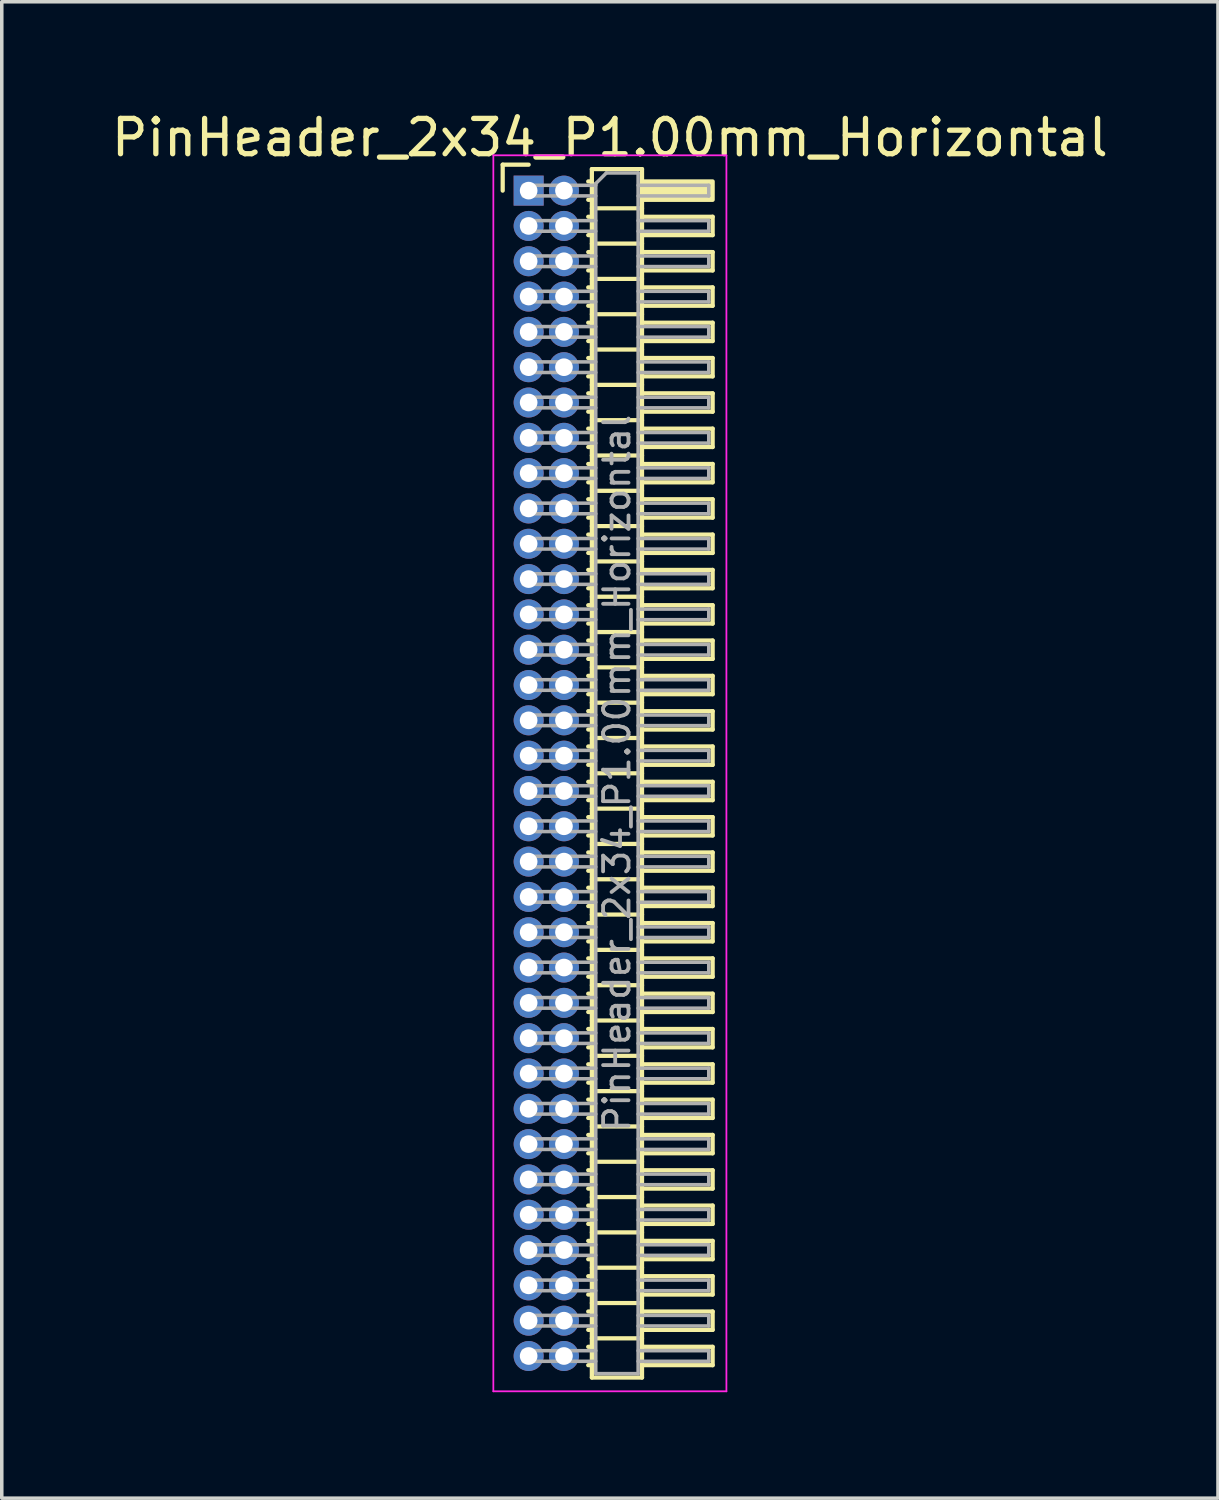
<source format=kicad_pcb>
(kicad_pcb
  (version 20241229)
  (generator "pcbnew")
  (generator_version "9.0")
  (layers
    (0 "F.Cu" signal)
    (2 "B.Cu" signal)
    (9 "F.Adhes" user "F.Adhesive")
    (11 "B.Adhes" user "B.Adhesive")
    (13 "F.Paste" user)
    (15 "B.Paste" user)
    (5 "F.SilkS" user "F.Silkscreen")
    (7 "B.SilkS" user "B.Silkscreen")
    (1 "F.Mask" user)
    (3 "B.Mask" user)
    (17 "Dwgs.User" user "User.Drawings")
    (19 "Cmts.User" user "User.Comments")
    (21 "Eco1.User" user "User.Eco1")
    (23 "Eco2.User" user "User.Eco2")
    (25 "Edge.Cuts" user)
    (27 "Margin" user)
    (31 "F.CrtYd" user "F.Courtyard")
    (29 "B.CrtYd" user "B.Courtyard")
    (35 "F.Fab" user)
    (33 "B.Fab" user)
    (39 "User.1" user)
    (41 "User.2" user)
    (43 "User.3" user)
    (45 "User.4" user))
  (footprint "PinHeader_2x34_P1.00mm_Horizontal"
    (layer "F.Cu")
    (at 11.92 2.348)
    (property "Reference" "PinHeader_2x34_P1.00mm_Horizontal" (at 2.3 -1.5 0) (layer "F.SilkS") (effects (font (size 1 1) (thickness 0.15))))
    (attr through_hole)
    (fp_line (start -0.735 -0.735) (end 0 -0.735) (stroke (width 0.12) (type solid)) (layer "F.SilkS"))
    (fp_line (start -0.735 0) (end -0.735 -0.735) (stroke (width 0.12) (type solid)) (layer "F.SilkS"))
    (fp_line (start 1.687 -0.26) (end 1.79 -0.26) (stroke (width 0.12) (type solid)) (layer "F.SilkS"))
    (fp_line (start 1.687 0.26) (end 1.79 0.26) (stroke (width 0.12) (type solid)) (layer "F.SilkS"))
    (fp_line (start 1.687 0.74) (end 1.79 0.74) (stroke (width 0.12) (type solid)) (layer "F.SilkS"))
    (fp_line (start 1.687 1.26) (end 1.79 1.26) (stroke (width 0.12) (type solid)) (layer "F.SilkS"))
    (fp_line (start 1.687 1.74) (end 1.79 1.74) (stroke (width 0.12) (type solid)) (layer "F.SilkS"))
    (fp_line (start 1.687 2.26) (end 1.79 2.26) (stroke (width 0.12) (type solid)) (layer "F.SilkS"))
    (fp_line (start 1.687 2.74) (end 1.79 2.74) (stroke (width 0.12) (type solid)) (layer "F.SilkS"))
    (fp_line (start 1.687 3.26) (end 1.79 3.26) (stroke (width 0.12) (type solid)) (layer "F.SilkS"))
    (fp_line (start 1.687 3.74) (end 1.79 3.74) (stroke (width 0.12) (type solid)) (layer "F.SilkS"))
    (fp_line (start 1.687 4.26) (end 1.79 4.26) (stroke (width 0.12) (type solid)) (layer "F.SilkS"))
    (fp_line (start 1.687 4.74) (end 1.79 4.74) (stroke (width 0.12) (type solid)) (layer "F.SilkS"))
    (fp_line (start 1.687 5.26) (end 1.79 5.26) (stroke (width 0.12) (type solid)) (layer "F.SilkS"))
    (fp_line (start 1.687 5.74) (end 1.79 5.74) (stroke (width 0.12) (type solid)) (layer "F.SilkS"))
    (fp_line (start 1.687 6.26) (end 1.79 6.26) (stroke (width 0.12) (type solid)) (layer "F.SilkS"))
    (fp_line (start 1.687 6.74) (end 1.79 6.74) (stroke (width 0.12) (type solid)) (layer "F.SilkS"))
    (fp_line (start 1.687 7.26) (end 1.79 7.26) (stroke (width 0.12) (type solid)) (layer "F.SilkS"))
    (fp_line (start 1.687 7.74) (end 1.79 7.74) (stroke (width 0.12) (type solid)) (layer "F.SilkS"))
    (fp_line (start 1.687 8.26) (end 1.79 8.26) (stroke (width 0.12) (type solid)) (layer "F.SilkS"))
    (fp_line (start 1.687 8.74) (end 1.79 8.74) (stroke (width 0.12) (type solid)) (layer "F.SilkS"))
    (fp_line (start 1.687 9.26) (end 1.79 9.26) (stroke (width 0.12) (type solid)) (layer "F.SilkS"))
    (fp_line (start 1.687 9.74) (end 1.79 9.74) (stroke (width 0.12) (type solid)) (layer "F.SilkS"))
    (fp_line (start 1.687 10.26) (end 1.79 10.26) (stroke (width 0.12) (type solid)) (layer "F.SilkS"))
    (fp_line (start 1.687 10.74) (end 1.79 10.74) (stroke (width 0.12) (type solid)) (layer "F.SilkS"))
    (fp_line (start 1.687 11.26) (end 1.79 11.26) (stroke (width 0.12) (type solid)) (layer "F.SilkS"))
    (fp_line (start 1.687 11.74) (end 1.79 11.74) (stroke (width 0.12) (type solid)) (layer "F.SilkS"))
    (fp_line (start 1.687 12.26) (end 1.79 12.26) (stroke (width 0.12) (type solid)) (layer "F.SilkS"))
    (fp_line (start 1.687 12.74) (end 1.79 12.74) (stroke (width 0.12) (type solid)) (layer "F.SilkS"))
    (fp_line (start 1.687 13.26) (end 1.79 13.26) (stroke (width 0.12) (type solid)) (layer "F.SilkS"))
    (fp_line (start 1.687 13.74) (end 1.79 13.74) (stroke (width 0.12) (type solid)) (layer "F.SilkS"))
    (fp_line (start 1.687 14.26) (end 1.79 14.26) (stroke (width 0.12) (type solid)) (layer "F.SilkS"))
    (fp_line (start 1.687 14.74) (end 1.79 14.74) (stroke (width 0.12) (type solid)) (layer "F.SilkS"))
    (fp_line (start 1.687 15.26) (end 1.79 15.26) (stroke (width 0.12) (type solid)) (layer "F.SilkS"))
    (fp_line (start 1.687 15.74) (end 1.79 15.74) (stroke (width 0.12) (type solid)) (layer "F.SilkS"))
    (fp_line (start 1.687 16.26) (end 1.79 16.26) (stroke (width 0.12) (type solid)) (layer "F.SilkS"))
    (fp_line (start 1.687 16.74) (end 1.79 16.74) (stroke (width 0.12) (type solid)) (layer "F.SilkS"))
    (fp_line (start 1.687 17.26) (end 1.79 17.26) (stroke (width 0.12) (type solid)) (layer "F.SilkS"))
    (fp_line (start 1.687 17.74) (end 1.79 17.74) (stroke (width 0.12) (type solid)) (layer "F.SilkS"))
    (fp_line (start 1.687 18.26) (end 1.79 18.26) (stroke (width 0.12) (type solid)) (layer "F.SilkS"))
    (fp_line (start 1.687 18.74) (end 1.79 18.74) (stroke (width 0.12) (type solid)) (layer "F.SilkS"))
    (fp_line (start 1.687 19.26) (end 1.79 19.26) (stroke (width 0.12) (type solid)) (layer "F.SilkS"))
    (fp_line (start 1.687 19.74) (end 1.79 19.74) (stroke (width 0.12) (type solid)) (layer "F.SilkS"))
    (fp_line (start 1.687 20.26) (end 1.79 20.26) (stroke (width 0.12) (type solid)) (layer "F.SilkS"))
    (fp_line (start 1.687 20.74) (end 1.79 20.74) (stroke (width 0.12) (type solid)) (layer "F.SilkS"))
    (fp_line (start 1.687 21.26) (end 1.79 21.26) (stroke (width 0.12) (type solid)) (layer "F.SilkS"))
    (fp_line (start 1.687 21.74) (end 1.79 21.74) (stroke (width 0.12) (type solid)) (layer "F.SilkS"))
    (fp_line (start 1.687 22.26) (end 1.79 22.26) (stroke (width 0.12) (type solid)) (layer "F.SilkS"))
    (fp_line (start 1.687 22.74) (end 1.79 22.74) (stroke (width 0.12) (type solid)) (layer "F.SilkS"))
    (fp_line (start 1.687 23.26) (end 1.79 23.26) (stroke (width 0.12) (type solid)) (layer "F.SilkS"))
    (fp_line (start 1.687 23.74) (end 1.79 23.74) (stroke (width 0.12) (type solid)) (layer "F.SilkS"))
    (fp_line (start 1.687 24.26) (end 1.79 24.26) (stroke (width 0.12) (type solid)) (layer "F.SilkS"))
    (fp_line (start 1.687 24.74) (end 1.79 24.74) (stroke (width 0.12) (type solid)) (layer "F.SilkS"))
    (fp_line (start 1.687 25.26) (end 1.79 25.26) (stroke (width 0.12) (type solid)) (layer "F.SilkS"))
    (fp_line (start 1.687 25.74) (end 1.79 25.74) (stroke (width 0.12) (type solid)) (layer "F.SilkS"))
    (fp_line (start 1.687 26.26) (end 1.79 26.26) (stroke (width 0.12) (type solid)) (layer "F.SilkS"))
    (fp_line (start 1.687 26.74) (end 1.79 26.74) (stroke (width 0.12) (type solid)) (layer "F.SilkS"))
    (fp_line (start 1.687 27.26) (end 1.79 27.26) (stroke (width 0.12) (type solid)) (layer "F.SilkS"))
    (fp_line (start 1.687 27.74) (end 1.79 27.74) (stroke (width 0.12) (type solid)) (layer "F.SilkS"))
    (fp_line (start 1.687 28.26) (end 1.79 28.26) (stroke (width 0.12) (type solid)) (layer "F.SilkS"))
    (fp_line (start 1.687 28.74) (end 1.79 28.74) (stroke (width 0.12) (type solid)) (layer "F.SilkS"))
    (fp_line (start 1.687 29.26) (end 1.79 29.26) (stroke (width 0.12) (type solid)) (layer "F.SilkS"))
    (fp_line (start 1.687 29.74) (end 1.79 29.74) (stroke (width 0.12) (type solid)) (layer "F.SilkS"))
    (fp_line (start 1.687 30.26) (end 1.79 30.26) (stroke (width 0.12) (type solid)) (layer "F.SilkS"))
    (fp_line (start 1.687 30.74) (end 1.79 30.74) (stroke (width 0.12) (type solid)) (layer "F.SilkS"))
    (fp_line (start 1.687 31.26) (end 1.79 31.26) (stroke (width 0.12) (type solid)) (layer "F.SilkS"))
    (fp_line (start 1.687 31.74) (end 1.79 31.74) (stroke (width 0.12) (type solid)) (layer "F.SilkS"))
    (fp_line (start 1.687 32.26) (end 1.79 32.26) (stroke (width 0.12) (type solid)) (layer "F.SilkS"))
    (fp_line (start 1.687 32.74) (end 1.79 32.74) (stroke (width 0.12) (type solid)) (layer "F.SilkS"))
    (fp_line (start 1.687 33.26) (end 1.79 33.26) (stroke (width 0.12) (type solid)) (layer "F.SilkS"))
    (fp_line (start 1.79 -0.61) (end 1.79 33.61) (stroke (width 0.12) (type solid)) (layer "F.SilkS"))
    (fp_line (start 1.79 0.5) (end 3.21 0.5) (stroke (width 0.12) (type solid)) (layer "F.SilkS"))
    (fp_line (start 1.79 1.5) (end 3.21 1.5) (stroke (width 0.12) (type solid)) (layer "F.SilkS"))
    (fp_line (start 1.79 2.5) (end 3.21 2.5) (stroke (width 0.12) (type solid)) (layer "F.SilkS"))
    (fp_line (start 1.79 3.5) (end 3.21 3.5) (stroke (width 0.12) (type solid)) (layer "F.SilkS"))
    (fp_line (start 1.79 4.5) (end 3.21 4.5) (stroke (width 0.12) (type solid)) (layer "F.SilkS"))
    (fp_line (start 1.79 5.5) (end 3.21 5.5) (stroke (width 0.12) (type solid)) (layer "F.SilkS"))
    (fp_line (start 1.79 6.5) (end 3.21 6.5) (stroke (width 0.12) (type solid)) (layer "F.SilkS"))
    (fp_line (start 1.79 7.5) (end 3.21 7.5) (stroke (width 0.12) (type solid)) (layer "F.SilkS"))
    (fp_line (start 1.79 8.5) (end 3.21 8.5) (stroke (width 0.12) (type solid)) (layer "F.SilkS"))
    (fp_line (start 1.79 9.5) (end 3.21 9.5) (stroke (width 0.12) (type solid)) (layer "F.SilkS"))
    (fp_line (start 1.79 10.5) (end 3.21 10.5) (stroke (width 0.12) (type solid)) (layer "F.SilkS"))
    (fp_line (start 1.79 11.5) (end 3.21 11.5) (stroke (width 0.12) (type solid)) (layer "F.SilkS"))
    (fp_line (start 1.79 12.5) (end 3.21 12.5) (stroke (width 0.12) (type solid)) (layer "F.SilkS"))
    (fp_line (start 1.79 13.5) (end 3.21 13.5) (stroke (width 0.12) (type solid)) (layer "F.SilkS"))
    (fp_line (start 1.79 14.5) (end 3.21 14.5) (stroke (width 0.12) (type solid)) (layer "F.SilkS"))
    (fp_line (start 1.79 15.5) (end 3.21 15.5) (stroke (width 0.12) (type solid)) (layer "F.SilkS"))
    (fp_line (start 1.79 16.5) (end 3.21 16.5) (stroke (width 0.12) (type solid)) (layer "F.SilkS"))
    (fp_line (start 1.79 17.5) (end 3.21 17.5) (stroke (width 0.12) (type solid)) (layer "F.SilkS"))
    (fp_line (start 1.79 18.5) (end 3.21 18.5) (stroke (width 0.12) (type solid)) (layer "F.SilkS"))
    (fp_line (start 1.79 19.5) (end 3.21 19.5) (stroke (width 0.12) (type solid)) (layer "F.SilkS"))
    (fp_line (start 1.79 20.5) (end 3.21 20.5) (stroke (width 0.12) (type solid)) (layer "F.SilkS"))
    (fp_line (start 1.79 21.5) (end 3.21 21.5) (stroke (width 0.12) (type solid)) (layer "F.SilkS"))
    (fp_line (start 1.79 22.5) (end 3.21 22.5) (stroke (width 0.12) (type solid)) (layer "F.SilkS"))
    (fp_line (start 1.79 23.5) (end 3.21 23.5) (stroke (width 0.12) (type solid)) (layer "F.SilkS"))
    (fp_line (start 1.79 24.5) (end 3.21 24.5) (stroke (width 0.12) (type solid)) (layer "F.SilkS"))
    (fp_line (start 1.79 25.5) (end 3.21 25.5) (stroke (width 0.12) (type solid)) (layer "F.SilkS"))
    (fp_line (start 1.79 26.5) (end 3.21 26.5) (stroke (width 0.12) (type solid)) (layer "F.SilkS"))
    (fp_line (start 1.79 27.5) (end 3.21 27.5) (stroke (width 0.12) (type solid)) (layer "F.SilkS"))
    (fp_line (start 1.79 28.5) (end 3.21 28.5) (stroke (width 0.12) (type solid)) (layer "F.SilkS"))
    (fp_line (start 1.79 29.5) (end 3.21 29.5) (stroke (width 0.12) (type solid)) (layer "F.SilkS"))
    (fp_line (start 1.79 30.5) (end 3.21 30.5) (stroke (width 0.12) (type solid)) (layer "F.SilkS"))
    (fp_line (start 1.79 31.5) (end 3.21 31.5) (stroke (width 0.12) (type solid)) (layer "F.SilkS"))
    (fp_line (start 1.79 32.5) (end 3.21 32.5) (stroke (width 0.12) (type solid)) (layer "F.SilkS"))
    (fp_line (start 1.79 33.61) (end 3.21 33.61) (stroke (width 0.12) (type solid)) (layer "F.SilkS"))
    (fp_line (start 3.21 -0.61) (end 1.79 -0.61) (stroke (width 0.12) (type solid)) (layer "F.SilkS"))
    (fp_line (start 3.21 0.74) (end 5.21 0.74) (stroke (width 0.12) (type solid)) (layer "F.SilkS"))
    (fp_line (start 3.21 1.74) (end 5.21 1.74) (stroke (width 0.12) (type solid)) (layer "F.SilkS"))
    (fp_line (start 3.21 2.74) (end 5.21 2.74) (stroke (width 0.12) (type solid)) (layer "F.SilkS"))
    (fp_line (start 3.21 3.74) (end 5.21 3.74) (stroke (width 0.12) (type solid)) (layer "F.SilkS"))
    (fp_line (start 3.21 4.74) (end 5.21 4.74) (stroke (width 0.12) (type solid)) (layer "F.SilkS"))
    (fp_line (start 3.21 5.74) (end 5.21 5.74) (stroke (width 0.12) (type solid)) (layer "F.SilkS"))
    (fp_line (start 3.21 6.74) (end 5.21 6.74) (stroke (width 0.12) (type solid)) (layer "F.SilkS"))
    (fp_line (start 3.21 7.74) (end 5.21 7.74) (stroke (width 0.12) (type solid)) (layer "F.SilkS"))
    (fp_line (start 3.21 8.74) (end 5.21 8.74) (stroke (width 0.12) (type solid)) (layer "F.SilkS"))
    (fp_line (start 3.21 9.74) (end 5.21 9.74) (stroke (width 0.12) (type solid)) (layer "F.SilkS"))
    (fp_line (start 3.21 10.74) (end 5.21 10.74) (stroke (width 0.12) (type solid)) (layer "F.SilkS"))
    (fp_line (start 3.21 11.74) (end 5.21 11.74) (stroke (width 0.12) (type solid)) (layer "F.SilkS"))
    (fp_line (start 3.21 12.74) (end 5.21 12.74) (stroke (width 0.12) (type solid)) (layer "F.SilkS"))
    (fp_line (start 3.21 13.74) (end 5.21 13.74) (stroke (width 0.12) (type solid)) (layer "F.SilkS"))
    (fp_line (start 3.21 14.74) (end 5.21 14.74) (stroke (width 0.12) (type solid)) (layer "F.SilkS"))
    (fp_line (start 3.21 15.74) (end 5.21 15.74) (stroke (width 0.12) (type solid)) (layer "F.SilkS"))
    (fp_line (start 3.21 16.74) (end 5.21 16.74) (stroke (width 0.12) (type solid)) (layer "F.SilkS"))
    (fp_line (start 3.21 17.74) (end 5.21 17.74) (stroke (width 0.12) (type solid)) (layer "F.SilkS"))
    (fp_line (start 3.21 18.74) (end 5.21 18.74) (stroke (width 0.12) (type solid)) (layer "F.SilkS"))
    (fp_line (start 3.21 19.74) (end 5.21 19.74) (stroke (width 0.12) (type solid)) (layer "F.SilkS"))
    (fp_line (start 3.21 20.74) (end 5.21 20.74) (stroke (width 0.12) (type solid)) (layer "F.SilkS"))
    (fp_line (start 3.21 21.74) (end 5.21 21.74) (stroke (width 0.12) (type solid)) (layer "F.SilkS"))
    (fp_line (start 3.21 22.74) (end 5.21 22.74) (stroke (width 0.12) (type solid)) (layer "F.SilkS"))
    (fp_line (start 3.21 23.74) (end 5.21 23.74) (stroke (width 0.12) (type solid)) (layer "F.SilkS"))
    (fp_line (start 3.21 24.74) (end 5.21 24.74) (stroke (width 0.12) (type solid)) (layer "F.SilkS"))
    (fp_line (start 3.21 25.74) (end 5.21 25.74) (stroke (width 0.12) (type solid)) (layer "F.SilkS"))
    (fp_line (start 3.21 26.74) (end 5.21 26.74) (stroke (width 0.12) (type solid)) (layer "F.SilkS"))
    (fp_line (start 3.21 27.74) (end 5.21 27.74) (stroke (width 0.12) (type solid)) (layer "F.SilkS"))
    (fp_line (start 3.21 28.74) (end 5.21 28.74) (stroke (width 0.12) (type solid)) (layer "F.SilkS"))
    (fp_line (start 3.21 29.74) (end 5.21 29.74) (stroke (width 0.12) (type solid)) (layer "F.SilkS"))
    (fp_line (start 3.21 30.74) (end 5.21 30.74) (stroke (width 0.12) (type solid)) (layer "F.SilkS"))
    (fp_line (start 3.21 31.74) (end 5.21 31.74) (stroke (width 0.12) (type solid)) (layer "F.SilkS"))
    (fp_line (start 3.21 32.74) (end 5.21 32.74) (stroke (width 0.12) (type solid)) (layer "F.SilkS"))
    (fp_line (start 3.21 33.61) (end 3.21 -0.61) (stroke (width 0.12) (type solid)) (layer "F.SilkS"))
    (fp_line (start 5.21 0.74) (end 5.21 1.26) (stroke (width 0.12) (type solid)) (layer "F.SilkS"))
    (fp_line (start 5.21 1.26) (end 3.21 1.26) (stroke (width 0.12) (type solid)) (layer "F.SilkS"))
    (fp_line (start 5.21 1.74) (end 5.21 2.26) (stroke (width 0.12) (type solid)) (layer "F.SilkS"))
    (fp_line (start 5.21 2.26) (end 3.21 2.26) (stroke (width 0.12) (type solid)) (layer "F.SilkS"))
    (fp_line (start 5.21 2.74) (end 5.21 3.26) (stroke (width 0.12) (type solid)) (layer "F.SilkS"))
    (fp_line (start 5.21 3.26) (end 3.21 3.26) (stroke (width 0.12) (type solid)) (layer "F.SilkS"))
    (fp_line (start 5.21 3.74) (end 5.21 4.26) (stroke (width 0.12) (type solid)) (layer "F.SilkS"))
    (fp_line (start 5.21 4.26) (end 3.21 4.26) (stroke (width 0.12) (type solid)) (layer "F.SilkS"))
    (fp_line (start 5.21 4.74) (end 5.21 5.26) (stroke (width 0.12) (type solid)) (layer "F.SilkS"))
    (fp_line (start 5.21 5.26) (end 3.21 5.26) (stroke (width 0.12) (type solid)) (layer "F.SilkS"))
    (fp_line (start 5.21 5.74) (end 5.21 6.26) (stroke (width 0.12) (type solid)) (layer "F.SilkS"))
    (fp_line (start 5.21 6.26) (end 3.21 6.26) (stroke (width 0.12) (type solid)) (layer "F.SilkS"))
    (fp_line (start 5.21 6.74) (end 5.21 7.26) (stroke (width 0.12) (type solid)) (layer "F.SilkS"))
    (fp_line (start 5.21 7.26) (end 3.21 7.26) (stroke (width 0.12) (type solid)) (layer "F.SilkS"))
    (fp_line (start 5.21 7.74) (end 5.21 8.26) (stroke (width 0.12) (type solid)) (layer "F.SilkS"))
    (fp_line (start 5.21 8.26) (end 3.21 8.26) (stroke (width 0.12) (type solid)) (layer "F.SilkS"))
    (fp_line (start 5.21 8.74) (end 5.21 9.26) (stroke (width 0.12) (type solid)) (layer "F.SilkS"))
    (fp_line (start 5.21 9.26) (end 3.21 9.26) (stroke (width 0.12) (type solid)) (layer "F.SilkS"))
    (fp_line (start 5.21 9.74) (end 5.21 10.26) (stroke (width 0.12) (type solid)) (layer "F.SilkS"))
    (fp_line (start 5.21 10.26) (end 3.21 10.26) (stroke (width 0.12) (type solid)) (layer "F.SilkS"))
    (fp_line (start 5.21 10.74) (end 5.21 11.26) (stroke (width 0.12) (type solid)) (layer "F.SilkS"))
    (fp_line (start 5.21 11.26) (end 3.21 11.26) (stroke (width 0.12) (type solid)) (layer "F.SilkS"))
    (fp_line (start 5.21 11.74) (end 5.21 12.26) (stroke (width 0.12) (type solid)) (layer "F.SilkS"))
    (fp_line (start 5.21 12.26) (end 3.21 12.26) (stroke (width 0.12) (type solid)) (layer "F.SilkS"))
    (fp_line (start 5.21 12.74) (end 5.21 13.26) (stroke (width 0.12) (type solid)) (layer "F.SilkS"))
    (fp_line (start 5.21 13.26) (end 3.21 13.26) (stroke (width 0.12) (type solid)) (layer "F.SilkS"))
    (fp_line (start 5.21 13.74) (end 5.21 14.26) (stroke (width 0.12) (type solid)) (layer "F.SilkS"))
    (fp_line (start 5.21 14.26) (end 3.21 14.26) (stroke (width 0.12) (type solid)) (layer "F.SilkS"))
    (fp_line (start 5.21 14.74) (end 5.21 15.26) (stroke (width 0.12) (type solid)) (layer "F.SilkS"))
    (fp_line (start 5.21 15.26) (end 3.21 15.26) (stroke (width 0.12) (type solid)) (layer "F.SilkS"))
    (fp_line (start 5.21 15.74) (end 5.21 16.26) (stroke (width 0.12) (type solid)) (layer "F.SilkS"))
    (fp_line (start 5.21 16.26) (end 3.21 16.26) (stroke (width 0.12) (type solid)) (layer "F.SilkS"))
    (fp_line (start 5.21 16.74) (end 5.21 17.26) (stroke (width 0.12) (type solid)) (layer "F.SilkS"))
    (fp_line (start 5.21 17.26) (end 3.21 17.26) (stroke (width 0.12) (type solid)) (layer "F.SilkS"))
    (fp_line (start 5.21 17.74) (end 5.21 18.26) (stroke (width 0.12) (type solid)) (layer "F.SilkS"))
    (fp_line (start 5.21 18.26) (end 3.21 18.26) (stroke (width 0.12) (type solid)) (layer "F.SilkS"))
    (fp_line (start 5.21 18.74) (end 5.21 19.26) (stroke (width 0.12) (type solid)) (layer "F.SilkS"))
    (fp_line (start 5.21 19.26) (end 3.21 19.26) (stroke (width 0.12) (type solid)) (layer "F.SilkS"))
    (fp_line (start 5.21 19.74) (end 5.21 20.26) (stroke (width 0.12) (type solid)) (layer "F.SilkS"))
    (fp_line (start 5.21 20.26) (end 3.21 20.26) (stroke (width 0.12) (type solid)) (layer "F.SilkS"))
    (fp_line (start 5.21 20.74) (end 5.21 21.26) (stroke (width 0.12) (type solid)) (layer "F.SilkS"))
    (fp_line (start 5.21 21.26) (end 3.21 21.26) (stroke (width 0.12) (type solid)) (layer "F.SilkS"))
    (fp_line (start 5.21 21.74) (end 5.21 22.26) (stroke (width 0.12) (type solid)) (layer "F.SilkS"))
    (fp_line (start 5.21 22.26) (end 3.21 22.26) (stroke (width 0.12) (type solid)) (layer "F.SilkS"))
    (fp_line (start 5.21 22.74) (end 5.21 23.26) (stroke (width 0.12) (type solid)) (layer "F.SilkS"))
    (fp_line (start 5.21 23.26) (end 3.21 23.26) (stroke (width 0.12) (type solid)) (layer "F.SilkS"))
    (fp_line (start 5.21 23.74) (end 5.21 24.26) (stroke (width 0.12) (type solid)) (layer "F.SilkS"))
    (fp_line (start 5.21 24.26) (end 3.21 24.26) (stroke (width 0.12) (type solid)) (layer "F.SilkS"))
    (fp_line (start 5.21 24.74) (end 5.21 25.26) (stroke (width 0.12) (type solid)) (layer "F.SilkS"))
    (fp_line (start 5.21 25.26) (end 3.21 25.26) (stroke (width 0.12) (type solid)) (layer "F.SilkS"))
    (fp_line (start 5.21 25.74) (end 5.21 26.26) (stroke (width 0.12) (type solid)) (layer "F.SilkS"))
    (fp_line (start 5.21 26.26) (end 3.21 26.26) (stroke (width 0.12) (type solid)) (layer "F.SilkS"))
    (fp_line (start 5.21 26.74) (end 5.21 27.26) (stroke (width 0.12) (type solid)) (layer "F.SilkS"))
    (fp_line (start 5.21 27.26) (end 3.21 27.26) (stroke (width 0.12) (type solid)) (layer "F.SilkS"))
    (fp_line (start 5.21 27.74) (end 5.21 28.26) (stroke (width 0.12) (type solid)) (layer "F.SilkS"))
    (fp_line (start 5.21 28.26) (end 3.21 28.26) (stroke (width 0.12) (type solid)) (layer "F.SilkS"))
    (fp_line (start 5.21 28.74) (end 5.21 29.26) (stroke (width 0.12) (type solid)) (layer "F.SilkS"))
    (fp_line (start 5.21 29.26) (end 3.21 29.26) (stroke (width 0.12) (type solid)) (layer "F.SilkS"))
    (fp_line (start 5.21 29.74) (end 5.21 30.26) (stroke (width 0.12) (type solid)) (layer "F.SilkS"))
    (fp_line (start 5.21 30.26) (end 3.21 30.26) (stroke (width 0.12) (type solid)) (layer "F.SilkS"))
    (fp_line (start 5.21 30.74) (end 5.21 31.26) (stroke (width 0.12) (type solid)) (layer "F.SilkS"))
    (fp_line (start 5.21 31.26) (end 3.21 31.26) (stroke (width 0.12) (type solid)) (layer "F.SilkS"))
    (fp_line (start 5.21 31.74) (end 5.21 32.26) (stroke (width 0.12) (type solid)) (layer "F.SilkS"))
    (fp_line (start 5.21 32.26) (end 3.21 32.26) (stroke (width 0.12) (type solid)) (layer "F.SilkS"))
    (fp_line (start 5.21 32.74) (end 5.21 33.26) (stroke (width 0.12) (type solid)) (layer "F.SilkS"))
    (fp_line (start 5.21 33.26) (end 3.21 33.26) (stroke (width 0.12) (type solid)) (layer "F.SilkS"))
    (fp_rect (start 3.21 -0.26) (end 5.21 0.26) (stroke (width 0.12) (type solid)) (fill yes) (layer "F.SilkS"))
    (fp_line (start -1 -1) (end -1 34) (stroke (width 0.05) (type solid)) (layer "F.CrtYd"))
    (fp_line (start -1 34) (end 5.6 34) (stroke (width 0.05) (type solid)) (layer "F.CrtYd"))
    (fp_line (start 5.6 -1) (end -1 -1) (stroke (width 0.05) (type solid)) (layer "F.CrtYd"))
    (fp_line (start 5.6 34) (end 5.6 -1) (stroke (width 0.05) (type solid)) (layer "F.CrtYd"))
    (fp_line (start -0.15 -0.15) (end -0.15 0.15) (stroke (width 0.1) (type solid)) (layer "F.Fab"))
    (fp_line (start -0.15 -0.15) (end 1.9 -0.15) (stroke (width 0.1) (type solid)) (layer "F.Fab"))
    (fp_line (start -0.15 0.15) (end 1.9 0.15) (stroke (width 0.1) (type solid)) (layer "F.Fab"))
    (fp_line (start -0.15 0.85) (end -0.15 1.15) (stroke (width 0.1) (type solid)) (layer "F.Fab"))
    (fp_line (start -0.15 0.85) (end 1.9 0.85) (stroke (width 0.1) (type solid)) (layer "F.Fab"))
    (fp_line (start -0.15 1.15) (end 1.9 1.15) (stroke (width 0.1) (type solid)) (layer "F.Fab"))
    (fp_line (start -0.15 1.85) (end -0.15 2.15) (stroke (width 0.1) (type solid)) (layer "F.Fab"))
    (fp_line (start -0.15 1.85) (end 1.9 1.85) (stroke (width 0.1) (type solid)) (layer "F.Fab"))
    (fp_line (start -0.15 2.15) (end 1.9 2.15) (stroke (width 0.1) (type solid)) (layer "F.Fab"))
    (fp_line (start -0.15 2.85) (end -0.15 3.15) (stroke (width 0.1) (type solid)) (layer "F.Fab"))
    (fp_line (start -0.15 2.85) (end 1.9 2.85) (stroke (width 0.1) (type solid)) (layer "F.Fab"))
    (fp_line (start -0.15 3.15) (end 1.9 3.15) (stroke (width 0.1) (type solid)) (layer "F.Fab"))
    (fp_line (start -0.15 3.85) (end -0.15 4.15) (stroke (width 0.1) (type solid)) (layer "F.Fab"))
    (fp_line (start -0.15 3.85) (end 1.9 3.85) (stroke (width 0.1) (type solid)) (layer "F.Fab"))
    (fp_line (start -0.15 4.15) (end 1.9 4.15) (stroke (width 0.1) (type solid)) (layer "F.Fab"))
    (fp_line (start -0.15 4.85) (end -0.15 5.15) (stroke (width 0.1) (type solid)) (layer "F.Fab"))
    (fp_line (start -0.15 4.85) (end 1.9 4.85) (stroke (width 0.1) (type solid)) (layer "F.Fab"))
    (fp_line (start -0.15 5.15) (end 1.9 5.15) (stroke (width 0.1) (type solid)) (layer "F.Fab"))
    (fp_line (start -0.15 5.85) (end -0.15 6.15) (stroke (width 0.1) (type solid)) (layer "F.Fab"))
    (fp_line (start -0.15 5.85) (end 1.9 5.85) (stroke (width 0.1) (type solid)) (layer "F.Fab"))
    (fp_line (start -0.15 6.15) (end 1.9 6.15) (stroke (width 0.1) (type solid)) (layer "F.Fab"))
    (fp_line (start -0.15 6.85) (end -0.15 7.15) (stroke (width 0.1) (type solid)) (layer "F.Fab"))
    (fp_line (start -0.15 6.85) (end 1.9 6.85) (stroke (width 0.1) (type solid)) (layer "F.Fab"))
    (fp_line (start -0.15 7.15) (end 1.9 7.15) (stroke (width 0.1) (type solid)) (layer "F.Fab"))
    (fp_line (start -0.15 7.85) (end -0.15 8.15) (stroke (width 0.1) (type solid)) (layer "F.Fab"))
    (fp_line (start -0.15 7.85) (end 1.9 7.85) (stroke (width 0.1) (type solid)) (layer "F.Fab"))
    (fp_line (start -0.15 8.15) (end 1.9 8.15) (stroke (width 0.1) (type solid)) (layer "F.Fab"))
    (fp_line (start -0.15 8.85) (end -0.15 9.15) (stroke (width 0.1) (type solid)) (layer "F.Fab"))
    (fp_line (start -0.15 8.85) (end 1.9 8.85) (stroke (width 0.1) (type solid)) (layer "F.Fab"))
    (fp_line (start -0.15 9.15) (end 1.9 9.15) (stroke (width 0.1) (type solid)) (layer "F.Fab"))
    (fp_line (start -0.15 9.85) (end -0.15 10.15) (stroke (width 0.1) (type solid)) (layer "F.Fab"))
    (fp_line (start -0.15 9.85) (end 1.9 9.85) (stroke (width 0.1) (type solid)) (layer "F.Fab"))
    (fp_line (start -0.15 10.15) (end 1.9 10.15) (stroke (width 0.1) (type solid)) (layer "F.Fab"))
    (fp_line (start -0.15 10.85) (end -0.15 11.15) (stroke (width 0.1) (type solid)) (layer "F.Fab"))
    (fp_line (start -0.15 10.85) (end 1.9 10.85) (stroke (width 0.1) (type solid)) (layer "F.Fab"))
    (fp_line (start -0.15 11.15) (end 1.9 11.15) (stroke (width 0.1) (type solid)) (layer "F.Fab"))
    (fp_line (start -0.15 11.85) (end -0.15 12.15) (stroke (width 0.1) (type solid)) (layer "F.Fab"))
    (fp_line (start -0.15 11.85) (end 1.9 11.85) (stroke (width 0.1) (type solid)) (layer "F.Fab"))
    (fp_line (start -0.15 12.15) (end 1.9 12.15) (stroke (width 0.1) (type solid)) (layer "F.Fab"))
    (fp_line (start -0.15 12.85) (end -0.15 13.15) (stroke (width 0.1) (type solid)) (layer "F.Fab"))
    (fp_line (start -0.15 12.85) (end 1.9 12.85) (stroke (width 0.1) (type solid)) (layer "F.Fab"))
    (fp_line (start -0.15 13.15) (end 1.9 13.15) (stroke (width 0.1) (type solid)) (layer "F.Fab"))
    (fp_line (start -0.15 13.85) (end -0.15 14.15) (stroke (width 0.1) (type solid)) (layer "F.Fab"))
    (fp_line (start -0.15 13.85) (end 1.9 13.85) (stroke (width 0.1) (type solid)) (layer "F.Fab"))
    (fp_line (start -0.15 14.15) (end 1.9 14.15) (stroke (width 0.1) (type solid)) (layer "F.Fab"))
    (fp_line (start -0.15 14.85) (end -0.15 15.15) (stroke (width 0.1) (type solid)) (layer "F.Fab"))
    (fp_line (start -0.15 14.85) (end 1.9 14.85) (stroke (width 0.1) (type solid)) (layer "F.Fab"))
    (fp_line (start -0.15 15.15) (end 1.9 15.15) (stroke (width 0.1) (type solid)) (layer "F.Fab"))
    (fp_line (start -0.15 15.85) (end -0.15 16.15) (stroke (width 0.1) (type solid)) (layer "F.Fab"))
    (fp_line (start -0.15 15.85) (end 1.9 15.85) (stroke (width 0.1) (type solid)) (layer "F.Fab"))
    (fp_line (start -0.15 16.15) (end 1.9 16.15) (stroke (width 0.1) (type solid)) (layer "F.Fab"))
    (fp_line (start -0.15 16.85) (end -0.15 17.15) (stroke (width 0.1) (type solid)) (layer "F.Fab"))
    (fp_line (start -0.15 16.85) (end 1.9 16.85) (stroke (width 0.1) (type solid)) (layer "F.Fab"))
    (fp_line (start -0.15 17.15) (end 1.9 17.15) (stroke (width 0.1) (type solid)) (layer "F.Fab"))
    (fp_line (start -0.15 17.85) (end -0.15 18.15) (stroke (width 0.1) (type solid)) (layer "F.Fab"))
    (fp_line (start -0.15 17.85) (end 1.9 17.85) (stroke (width 0.1) (type solid)) (layer "F.Fab"))
    (fp_line (start -0.15 18.15) (end 1.9 18.15) (stroke (width 0.1) (type solid)) (layer "F.Fab"))
    (fp_line (start -0.15 18.85) (end -0.15 19.15) (stroke (width 0.1) (type solid)) (layer "F.Fab"))
    (fp_line (start -0.15 18.85) (end 1.9 18.85) (stroke (width 0.1) (type solid)) (layer "F.Fab"))
    (fp_line (start -0.15 19.15) (end 1.9 19.15) (stroke (width 0.1) (type solid)) (layer "F.Fab"))
    (fp_line (start -0.15 19.85) (end -0.15 20.15) (stroke (width 0.1) (type solid)) (layer "F.Fab"))
    (fp_line (start -0.15 19.85) (end 1.9 19.85) (stroke (width 0.1) (type solid)) (layer "F.Fab"))
    (fp_line (start -0.15 20.15) (end 1.9 20.15) (stroke (width 0.1) (type solid)) (layer "F.Fab"))
    (fp_line (start -0.15 20.85) (end -0.15 21.15) (stroke (width 0.1) (type solid)) (layer "F.Fab"))
    (fp_line (start -0.15 20.85) (end 1.9 20.85) (stroke (width 0.1) (type solid)) (layer "F.Fab"))
    (fp_line (start -0.15 21.15) (end 1.9 21.15) (stroke (width 0.1) (type solid)) (layer "F.Fab"))
    (fp_line (start -0.15 21.85) (end -0.15 22.15) (stroke (width 0.1) (type solid)) (layer "F.Fab"))
    (fp_line (start -0.15 21.85) (end 1.9 21.85) (stroke (width 0.1) (type solid)) (layer "F.Fab"))
    (fp_line (start -0.15 22.15) (end 1.9 22.15) (stroke (width 0.1) (type solid)) (layer "F.Fab"))
    (fp_line (start -0.15 22.85) (end -0.15 23.15) (stroke (width 0.1) (type solid)) (layer "F.Fab"))
    (fp_line (start -0.15 22.85) (end 1.9 22.85) (stroke (width 0.1) (type solid)) (layer "F.Fab"))
    (fp_line (start -0.15 23.15) (end 1.9 23.15) (stroke (width 0.1) (type solid)) (layer "F.Fab"))
    (fp_line (start -0.15 23.85) (end -0.15 24.15) (stroke (width 0.1) (type solid)) (layer "F.Fab"))
    (fp_line (start -0.15 23.85) (end 1.9 23.85) (stroke (width 0.1) (type solid)) (layer "F.Fab"))
    (fp_line (start -0.15 24.15) (end 1.9 24.15) (stroke (width 0.1) (type solid)) (layer "F.Fab"))
    (fp_line (start -0.15 24.85) (end -0.15 25.15) (stroke (width 0.1) (type solid)) (layer "F.Fab"))
    (fp_line (start -0.15 24.85) (end 1.9 24.85) (stroke (width 0.1) (type solid)) (layer "F.Fab"))
    (fp_line (start -0.15 25.15) (end 1.9 25.15) (stroke (width 0.1) (type solid)) (layer "F.Fab"))
    (fp_line (start -0.15 25.85) (end -0.15 26.15) (stroke (width 0.1) (type solid)) (layer "F.Fab"))
    (fp_line (start -0.15 25.85) (end 1.9 25.85) (stroke (width 0.1) (type solid)) (layer "F.Fab"))
    (fp_line (start -0.15 26.15) (end 1.9 26.15) (stroke (width 0.1) (type solid)) (layer "F.Fab"))
    (fp_line (start -0.15 26.85) (end -0.15 27.15) (stroke (width 0.1) (type solid)) (layer "F.Fab"))
    (fp_line (start -0.15 26.85) (end 1.9 26.85) (stroke (width 0.1) (type solid)) (layer "F.Fab"))
    (fp_line (start -0.15 27.15) (end 1.9 27.15) (stroke (width 0.1) (type solid)) (layer "F.Fab"))
    (fp_line (start -0.15 27.85) (end -0.15 28.15) (stroke (width 0.1) (type solid)) (layer "F.Fab"))
    (fp_line (start -0.15 27.85) (end 1.9 27.85) (stroke (width 0.1) (type solid)) (layer "F.Fab"))
    (fp_line (start -0.15 28.15) (end 1.9 28.15) (stroke (width 0.1) (type solid)) (layer "F.Fab"))
    (fp_line (start -0.15 28.85) (end -0.15 29.15) (stroke (width 0.1) (type solid)) (layer "F.Fab"))
    (fp_line (start -0.15 28.85) (end 1.9 28.85) (stroke (width 0.1) (type solid)) (layer "F.Fab"))
    (fp_line (start -0.15 29.15) (end 1.9 29.15) (stroke (width 0.1) (type solid)) (layer "F.Fab"))
    (fp_line (start -0.15 29.85) (end -0.15 30.15) (stroke (width 0.1) (type solid)) (layer "F.Fab"))
    (fp_line (start -0.15 29.85) (end 1.9 29.85) (stroke (width 0.1) (type solid)) (layer "F.Fab"))
    (fp_line (start -0.15 30.15) (end 1.9 30.15) (stroke (width 0.1) (type solid)) (layer "F.Fab"))
    (fp_line (start -0.15 30.85) (end -0.15 31.15) (stroke (width 0.1) (type solid)) (layer "F.Fab"))
    (fp_line (start -0.15 30.85) (end 1.9 30.85) (stroke (width 0.1) (type solid)) (layer "F.Fab"))
    (fp_line (start -0.15 31.15) (end 1.9 31.15) (stroke (width 0.1) (type solid)) (layer "F.Fab"))
    (fp_line (start -0.15 31.85) (end -0.15 32.15) (stroke (width 0.1) (type solid)) (layer "F.Fab"))
    (fp_line (start -0.15 31.85) (end 1.9 31.85) (stroke (width 0.1) (type solid)) (layer "F.Fab"))
    (fp_line (start -0.15 32.15) (end 1.9 32.15) (stroke (width 0.1) (type solid)) (layer "F.Fab"))
    (fp_line (start -0.15 32.85) (end -0.15 33.15) (stroke (width 0.1) (type solid)) (layer "F.Fab"))
    (fp_line (start -0.15 32.85) (end 1.9 32.85) (stroke (width 0.1) (type solid)) (layer "F.Fab"))
    (fp_line (start -0.15 33.15) (end 1.9 33.15) (stroke (width 0.1) (type solid)) (layer "F.Fab"))
    (fp_line (start 1.9 -0.2) (end 2.2 -0.5) (stroke (width 0.1) (type solid)) (layer "F.Fab"))
    (fp_line (start 1.9 33.5) (end 1.9 -0.2) (stroke (width 0.1) (type solid)) (layer "F.Fab"))
    (fp_line (start 2.2 -0.5) (end 3.1 -0.5) (stroke (width 0.1) (type solid)) (layer "F.Fab"))
    (fp_line (start 3.1 -0.5) (end 3.1 33.5) (stroke (width 0.1) (type solid)) (layer "F.Fab"))
    (fp_line (start 3.1 -0.15) (end 5.1 -0.15) (stroke (width 0.1) (type solid)) (layer "F.Fab"))
    (fp_line (start 3.1 0.15) (end 5.1 0.15) (stroke (width 0.1) (type solid)) (layer "F.Fab"))
    (fp_line (start 3.1 0.85) (end 5.1 0.85) (stroke (width 0.1) (type solid)) (layer "F.Fab"))
    (fp_line (start 3.1 1.15) (end 5.1 1.15) (stroke (width 0.1) (type solid)) (layer "F.Fab"))
    (fp_line (start 3.1 1.85) (end 5.1 1.85) (stroke (width 0.1) (type solid)) (layer "F.Fab"))
    (fp_line (start 3.1 2.15) (end 5.1 2.15) (stroke (width 0.1) (type solid)) (layer "F.Fab"))
    (fp_line (start 3.1 2.85) (end 5.1 2.85) (stroke (width 0.1) (type solid)) (layer "F.Fab"))
    (fp_line (start 3.1 3.15) (end 5.1 3.15) (stroke (width 0.1) (type solid)) (layer "F.Fab"))
    (fp_line (start 3.1 3.85) (end 5.1 3.85) (stroke (width 0.1) (type solid)) (layer "F.Fab"))
    (fp_line (start 3.1 4.15) (end 5.1 4.15) (stroke (width 0.1) (type solid)) (layer "F.Fab"))
    (fp_line (start 3.1 4.85) (end 5.1 4.85) (stroke (width 0.1) (type solid)) (layer "F.Fab"))
    (fp_line (start 3.1 5.15) (end 5.1 5.15) (stroke (width 0.1) (type solid)) (layer "F.Fab"))
    (fp_line (start 3.1 5.85) (end 5.1 5.85) (stroke (width 0.1) (type solid)) (layer "F.Fab"))
    (fp_line (start 3.1 6.15) (end 5.1 6.15) (stroke (width 0.1) (type solid)) (layer "F.Fab"))
    (fp_line (start 3.1 6.85) (end 5.1 6.85) (stroke (width 0.1) (type solid)) (layer "F.Fab"))
    (fp_line (start 3.1 7.15) (end 5.1 7.15) (stroke (width 0.1) (type solid)) (layer "F.Fab"))
    (fp_line (start 3.1 7.85) (end 5.1 7.85) (stroke (width 0.1) (type solid)) (layer "F.Fab"))
    (fp_line (start 3.1 8.15) (end 5.1 8.15) (stroke (width 0.1) (type solid)) (layer "F.Fab"))
    (fp_line (start 3.1 8.85) (end 5.1 8.85) (stroke (width 0.1) (type solid)) (layer "F.Fab"))
    (fp_line (start 3.1 9.15) (end 5.1 9.15) (stroke (width 0.1) (type solid)) (layer "F.Fab"))
    (fp_line (start 3.1 9.85) (end 5.1 9.85) (stroke (width 0.1) (type solid)) (layer "F.Fab"))
    (fp_line (start 3.1 10.15) (end 5.1 10.15) (stroke (width 0.1) (type solid)) (layer "F.Fab"))
    (fp_line (start 3.1 10.85) (end 5.1 10.85) (stroke (width 0.1) (type solid)) (layer "F.Fab"))
    (fp_line (start 3.1 11.15) (end 5.1 11.15) (stroke (width 0.1) (type solid)) (layer "F.Fab"))
    (fp_line (start 3.1 11.85) (end 5.1 11.85) (stroke (width 0.1) (type solid)) (layer "F.Fab"))
    (fp_line (start 3.1 12.15) (end 5.1 12.15) (stroke (width 0.1) (type solid)) (layer "F.Fab"))
    (fp_line (start 3.1 12.85) (end 5.1 12.85) (stroke (width 0.1) (type solid)) (layer "F.Fab"))
    (fp_line (start 3.1 13.15) (end 5.1 13.15) (stroke (width 0.1) (type solid)) (layer "F.Fab"))
    (fp_line (start 3.1 13.85) (end 5.1 13.85) (stroke (width 0.1) (type solid)) (layer "F.Fab"))
    (fp_line (start 3.1 14.15) (end 5.1 14.15) (stroke (width 0.1) (type solid)) (layer "F.Fab"))
    (fp_line (start 3.1 14.85) (end 5.1 14.85) (stroke (width 0.1) (type solid)) (layer "F.Fab"))
    (fp_line (start 3.1 15.15) (end 5.1 15.15) (stroke (width 0.1) (type solid)) (layer "F.Fab"))
    (fp_line (start 3.1 15.85) (end 5.1 15.85) (stroke (width 0.1) (type solid)) (layer "F.Fab"))
    (fp_line (start 3.1 16.15) (end 5.1 16.15) (stroke (width 0.1) (type solid)) (layer "F.Fab"))
    (fp_line (start 3.1 16.85) (end 5.1 16.85) (stroke (width 0.1) (type solid)) (layer "F.Fab"))
    (fp_line (start 3.1 17.15) (end 5.1 17.15) (stroke (width 0.1) (type solid)) (layer "F.Fab"))
    (fp_line (start 3.1 17.85) (end 5.1 17.85) (stroke (width 0.1) (type solid)) (layer "F.Fab"))
    (fp_line (start 3.1 18.15) (end 5.1 18.15) (stroke (width 0.1) (type solid)) (layer "F.Fab"))
    (fp_line (start 3.1 18.85) (end 5.1 18.85) (stroke (width 0.1) (type solid)) (layer "F.Fab"))
    (fp_line (start 3.1 19.15) (end 5.1 19.15) (stroke (width 0.1) (type solid)) (layer "F.Fab"))
    (fp_line (start 3.1 19.85) (end 5.1 19.85) (stroke (width 0.1) (type solid)) (layer "F.Fab"))
    (fp_line (start 3.1 20.15) (end 5.1 20.15) (stroke (width 0.1) (type solid)) (layer "F.Fab"))
    (fp_line (start 3.1 20.85) (end 5.1 20.85) (stroke (width 0.1) (type solid)) (layer "F.Fab"))
    (fp_line (start 3.1 21.15) (end 5.1 21.15) (stroke (width 0.1) (type solid)) (layer "F.Fab"))
    (fp_line (start 3.1 21.85) (end 5.1 21.85) (stroke (width 0.1) (type solid)) (layer "F.Fab"))
    (fp_line (start 3.1 22.15) (end 5.1 22.15) (stroke (width 0.1) (type solid)) (layer "F.Fab"))
    (fp_line (start 3.1 22.85) (end 5.1 22.85) (stroke (width 0.1) (type solid)) (layer "F.Fab"))
    (fp_line (start 3.1 23.15) (end 5.1 23.15) (stroke (width 0.1) (type solid)) (layer "F.Fab"))
    (fp_line (start 3.1 23.85) (end 5.1 23.85) (stroke (width 0.1) (type solid)) (layer "F.Fab"))
    (fp_line (start 3.1 24.15) (end 5.1 24.15) (stroke (width 0.1) (type solid)) (layer "F.Fab"))
    (fp_line (start 3.1 24.85) (end 5.1 24.85) (stroke (width 0.1) (type solid)) (layer "F.Fab"))
    (fp_line (start 3.1 25.15) (end 5.1 25.15) (stroke (width 0.1) (type solid)) (layer "F.Fab"))
    (fp_line (start 3.1 25.85) (end 5.1 25.85) (stroke (width 0.1) (type solid)) (layer "F.Fab"))
    (fp_line (start 3.1 26.15) (end 5.1 26.15) (stroke (width 0.1) (type solid)) (layer "F.Fab"))
    (fp_line (start 3.1 26.85) (end 5.1 26.85) (stroke (width 0.1) (type solid)) (layer "F.Fab"))
    (fp_line (start 3.1 27.15) (end 5.1 27.15) (stroke (width 0.1) (type solid)) (layer "F.Fab"))
    (fp_line (start 3.1 27.85) (end 5.1 27.85) (stroke (width 0.1) (type solid)) (layer "F.Fab"))
    (fp_line (start 3.1 28.15) (end 5.1 28.15) (stroke (width 0.1) (type solid)) (layer "F.Fab"))
    (fp_line (start 3.1 28.85) (end 5.1 28.85) (stroke (width 0.1) (type solid)) (layer "F.Fab"))
    (fp_line (start 3.1 29.15) (end 5.1 29.15) (stroke (width 0.1) (type solid)) (layer "F.Fab"))
    (fp_line (start 3.1 29.85) (end 5.1 29.85) (stroke (width 0.1) (type solid)) (layer "F.Fab"))
    (fp_line (start 3.1 30.15) (end 5.1 30.15) (stroke (width 0.1) (type solid)) (layer "F.Fab"))
    (fp_line (start 3.1 30.85) (end 5.1 30.85) (stroke (width 0.1) (type solid)) (layer "F.Fab"))
    (fp_line (start 3.1 31.15) (end 5.1 31.15) (stroke (width 0.1) (type solid)) (layer "F.Fab"))
    (fp_line (start 3.1 31.85) (end 5.1 31.85) (stroke (width 0.1) (type solid)) (layer "F.Fab"))
    (fp_line (start 3.1 32.15) (end 5.1 32.15) (stroke (width 0.1) (type solid)) (layer "F.Fab"))
    (fp_line (start 3.1 32.85) (end 5.1 32.85) (stroke (width 0.1) (type solid)) (layer "F.Fab"))
    (fp_line (start 3.1 33.15) (end 5.1 33.15) (stroke (width 0.1) (type solid)) (layer "F.Fab"))
    (fp_line (start 3.1 33.5) (end 1.9 33.5) (stroke (width 0.1) (type solid)) (layer "F.Fab"))
    (fp_line (start 5.1 -0.15) (end 5.1 0.15) (stroke (width 0.1) (type solid)) (layer "F.Fab"))
    (fp_line (start 5.1 0.85) (end 5.1 1.15) (stroke (width 0.1) (type solid)) (layer "F.Fab"))
    (fp_line (start 5.1 1.85) (end 5.1 2.15) (stroke (width 0.1) (type solid)) (layer "F.Fab"))
    (fp_line (start 5.1 2.85) (end 5.1 3.15) (stroke (width 0.1) (type solid)) (layer "F.Fab"))
    (fp_line (start 5.1 3.85) (end 5.1 4.15) (stroke (width 0.1) (type solid)) (layer "F.Fab"))
    (fp_line (start 5.1 4.85) (end 5.1 5.15) (stroke (width 0.1) (type solid)) (layer "F.Fab"))
    (fp_line (start 5.1 5.85) (end 5.1 6.15) (stroke (width 0.1) (type solid)) (layer "F.Fab"))
    (fp_line (start 5.1 6.85) (end 5.1 7.15) (stroke (width 0.1) (type solid)) (layer "F.Fab"))
    (fp_line (start 5.1 7.85) (end 5.1 8.15) (stroke (width 0.1) (type solid)) (layer "F.Fab"))
    (fp_line (start 5.1 8.85) (end 5.1 9.15) (stroke (width 0.1) (type solid)) (layer "F.Fab"))
    (fp_line (start 5.1 9.85) (end 5.1 10.15) (stroke (width 0.1) (type solid)) (layer "F.Fab"))
    (fp_line (start 5.1 10.85) (end 5.1 11.15) (stroke (width 0.1) (type solid)) (layer "F.Fab"))
    (fp_line (start 5.1 11.85) (end 5.1 12.15) (stroke (width 0.1) (type solid)) (layer "F.Fab"))
    (fp_line (start 5.1 12.85) (end 5.1 13.15) (stroke (width 0.1) (type solid)) (layer "F.Fab"))
    (fp_line (start 5.1 13.85) (end 5.1 14.15) (stroke (width 0.1) (type solid)) (layer "F.Fab"))
    (fp_line (start 5.1 14.85) (end 5.1 15.15) (stroke (width 0.1) (type solid)) (layer "F.Fab"))
    (fp_line (start 5.1 15.85) (end 5.1 16.15) (stroke (width 0.1) (type solid)) (layer "F.Fab"))
    (fp_line (start 5.1 16.85) (end 5.1 17.15) (stroke (width 0.1) (type solid)) (layer "F.Fab"))
    (fp_line (start 5.1 17.85) (end 5.1 18.15) (stroke (width 0.1) (type solid)) (layer "F.Fab"))
    (fp_line (start 5.1 18.85) (end 5.1 19.15) (stroke (width 0.1) (type solid)) (layer "F.Fab"))
    (fp_line (start 5.1 19.85) (end 5.1 20.15) (stroke (width 0.1) (type solid)) (layer "F.Fab"))
    (fp_line (start 5.1 20.85) (end 5.1 21.15) (stroke (width 0.1) (type solid)) (layer "F.Fab"))
    (fp_line (start 5.1 21.85) (end 5.1 22.15) (stroke (width 0.1) (type solid)) (layer "F.Fab"))
    (fp_line (start 5.1 22.85) (end 5.1 23.15) (stroke (width 0.1) (type solid)) (layer "F.Fab"))
    (fp_line (start 5.1 23.85) (end 5.1 24.15) (stroke (width 0.1) (type solid)) (layer "F.Fab"))
    (fp_line (start 5.1 24.85) (end 5.1 25.15) (stroke (width 0.1) (type solid)) (layer "F.Fab"))
    (fp_line (start 5.1 25.85) (end 5.1 26.15) (stroke (width 0.1) (type solid)) (layer "F.Fab"))
    (fp_line (start 5.1 26.85) (end 5.1 27.15) (stroke (width 0.1) (type solid)) (layer "F.Fab"))
    (fp_line (start 5.1 27.85) (end 5.1 28.15) (stroke (width 0.1) (type solid)) (layer "F.Fab"))
    (fp_line (start 5.1 28.85) (end 5.1 29.15) (stroke (width 0.1) (type solid)) (layer "F.Fab"))
    (fp_line (start 5.1 29.85) (end 5.1 30.15) (stroke (width 0.1) (type solid)) (layer "F.Fab"))
    (fp_line (start 5.1 30.85) (end 5.1 31.15) (stroke (width 0.1) (type solid)) (layer "F.Fab"))
    (fp_line (start 5.1 31.85) (end 5.1 32.15) (stroke (width 0.1) (type solid)) (layer "F.Fab"))
    (fp_line (start 5.1 32.85) (end 5.1 33.15) (stroke (width 0.1) (type solid)) (layer "F.Fab"))
    (fp_text user "${REFERENCE}" (at 2.5 16.5 90) (layer "F.Fab") (effects (font (size 0.72 0.72) (thickness 0.108))))
    (pad "1" thru_hole rect (at 0 0) (size 0.85 0.85) (drill 0.5) (layers "*.Cu" "*.Mask"))
    (pad "2" thru_hole circle (at 1 0) (size 0.85 0.85) (drill 0.5) (layers "*.Cu" "*.Mask"))
    (pad "3" thru_hole circle (at 0 1) (size 0.85 0.85) (drill 0.5) (layers "*.Cu" "*.Mask"))
    (pad "4" thru_hole circle (at 1 1) (size 0.85 0.85) (drill 0.5) (layers "*.Cu" "*.Mask"))
    (pad "5" thru_hole circle (at 0 2) (size 0.85 0.85) (drill 0.5) (layers "*.Cu" "*.Mask"))
    (pad "6" thru_hole circle (at 1 2) (size 0.85 0.85) (drill 0.5) (layers "*.Cu" "*.Mask"))
    (pad "7" thru_hole circle (at 0 3) (size 0.85 0.85) (drill 0.5) (layers "*.Cu" "*.Mask"))
    (pad "8" thru_hole circle (at 1 3) (size 0.85 0.85) (drill 0.5) (layers "*.Cu" "*.Mask"))
    (pad "9" thru_hole circle (at 0 4) (size 0.85 0.85) (drill 0.5) (layers "*.Cu" "*.Mask"))
    (pad "10" thru_hole circle (at 1 4) (size 0.85 0.85) (drill 0.5) (layers "*.Cu" "*.Mask"))
    (pad "11" thru_hole circle (at 0 5) (size 0.85 0.85) (drill 0.5) (layers "*.Cu" "*.Mask"))
    (pad "12" thru_hole circle (at 1 5) (size 0.85 0.85) (drill 0.5) (layers "*.Cu" "*.Mask"))
    (pad "13" thru_hole circle (at 0 6) (size 0.85 0.85) (drill 0.5) (layers "*.Cu" "*.Mask"))
    (pad "14" thru_hole circle (at 1 6) (size 0.85 0.85) (drill 0.5) (layers "*.Cu" "*.Mask"))
    (pad "15" thru_hole circle (at 0 7) (size 0.85 0.85) (drill 0.5) (layers "*.Cu" "*.Mask"))
    (pad "16" thru_hole circle (at 1 7) (size 0.85 0.85) (drill 0.5) (layers "*.Cu" "*.Mask"))
    (pad "17" thru_hole circle (at 0 8) (size 0.85 0.85) (drill 0.5) (layers "*.Cu" "*.Mask"))
    (pad "18" thru_hole circle (at 1 8) (size 0.85 0.85) (drill 0.5) (layers "*.Cu" "*.Mask"))
    (pad "19" thru_hole circle (at 0 9) (size 0.85 0.85) (drill 0.5) (layers "*.Cu" "*.Mask"))
    (pad "20" thru_hole circle (at 1 9) (size 0.85 0.85) (drill 0.5) (layers "*.Cu" "*.Mask"))
    (pad "21" thru_hole circle (at 0 10) (size 0.85 0.85) (drill 0.5) (layers "*.Cu" "*.Mask"))
    (pad "22" thru_hole circle (at 1 10) (size 0.85 0.85) (drill 0.5) (layers "*.Cu" "*.Mask"))
    (pad "23" thru_hole circle (at 0 11) (size 0.85 0.85) (drill 0.5) (layers "*.Cu" "*.Mask"))
    (pad "24" thru_hole circle (at 1 11) (size 0.85 0.85) (drill 0.5) (layers "*.Cu" "*.Mask"))
    (pad "25" thru_hole circle (at 0 12) (size 0.85 0.85) (drill 0.5) (layers "*.Cu" "*.Mask"))
    (pad "26" thru_hole circle (at 1 12) (size 0.85 0.85) (drill 0.5) (layers "*.Cu" "*.Mask"))
    (pad "27" thru_hole circle (at 0 13) (size 0.85 0.85) (drill 0.5) (layers "*.Cu" "*.Mask"))
    (pad "28" thru_hole circle (at 1 13) (size 0.85 0.85) (drill 0.5) (layers "*.Cu" "*.Mask"))
    (pad "29" thru_hole circle (at 0 14) (size 0.85 0.85) (drill 0.5) (layers "*.Cu" "*.Mask"))
    (pad "30" thru_hole circle (at 1 14) (size 0.85 0.85) (drill 0.5) (layers "*.Cu" "*.Mask"))
    (pad "31" thru_hole circle (at 0 15) (size 0.85 0.85) (drill 0.5) (layers "*.Cu" "*.Mask"))
    (pad "32" thru_hole circle (at 1 15) (size 0.85 0.85) (drill 0.5) (layers "*.Cu" "*.Mask"))
    (pad "33" thru_hole circle (at 0 16) (size 0.85 0.85) (drill 0.5) (layers "*.Cu" "*.Mask"))
    (pad "34" thru_hole circle (at 1 16) (size 0.85 0.85) (drill 0.5) (layers "*.Cu" "*.Mask"))
    (pad "35" thru_hole circle (at 0 17) (size 0.85 0.85) (drill 0.5) (layers "*.Cu" "*.Mask"))
    (pad "36" thru_hole circle (at 1 17) (size 0.85 0.85) (drill 0.5) (layers "*.Cu" "*.Mask"))
    (pad "37" thru_hole circle (at 0 18) (size 0.85 0.85) (drill 0.5) (layers "*.Cu" "*.Mask"))
    (pad "38" thru_hole circle (at 1 18) (size 0.85 0.85) (drill 0.5) (layers "*.Cu" "*.Mask"))
    (pad "39" thru_hole circle (at 0 19) (size 0.85 0.85) (drill 0.5) (layers "*.Cu" "*.Mask"))
    (pad "40" thru_hole circle (at 1 19) (size 0.85 0.85) (drill 0.5) (layers "*.Cu" "*.Mask"))
    (pad "41" thru_hole circle (at 0 20) (size 0.85 0.85) (drill 0.5) (layers "*.Cu" "*.Mask"))
    (pad "42" thru_hole circle (at 1 20) (size 0.85 0.85) (drill 0.5) (layers "*.Cu" "*.Mask"))
    (pad "43" thru_hole circle (at 0 21) (size 0.85 0.85) (drill 0.5) (layers "*.Cu" "*.Mask"))
    (pad "44" thru_hole circle (at 1 21) (size 0.85 0.85) (drill 0.5) (layers "*.Cu" "*.Mask"))
    (pad "45" thru_hole circle (at 0 22) (size 0.85 0.85) (drill 0.5) (layers "*.Cu" "*.Mask"))
    (pad "46" thru_hole circle (at 1 22) (size 0.85 0.85) (drill 0.5) (layers "*.Cu" "*.Mask"))
    (pad "47" thru_hole circle (at 0 23) (size 0.85 0.85) (drill 0.5) (layers "*.Cu" "*.Mask"))
    (pad "48" thru_hole circle (at 1 23) (size 0.85 0.85) (drill 0.5) (layers "*.Cu" "*.Mask"))
    (pad "49" thru_hole circle (at 0 24) (size 0.85 0.85) (drill 0.5) (layers "*.Cu" "*.Mask"))
    (pad "50" thru_hole circle (at 1 24) (size 0.85 0.85) (drill 0.5) (layers "*.Cu" "*.Mask"))
    (pad "51" thru_hole circle (at 0 25) (size 0.85 0.85) (drill 0.5) (layers "*.Cu" "*.Mask"))
    (pad "52" thru_hole circle (at 1 25) (size 0.85 0.85) (drill 0.5) (layers "*.Cu" "*.Mask"))
    (pad "53" thru_hole circle (at 0 26) (size 0.85 0.85) (drill 0.5) (layers "*.Cu" "*.Mask"))
    (pad "54" thru_hole circle (at 1 26) (size 0.85 0.85) (drill 0.5) (layers "*.Cu" "*.Mask"))
    (pad "55" thru_hole circle (at 0 27) (size 0.85 0.85) (drill 0.5) (layers "*.Cu" "*.Mask"))
    (pad "56" thru_hole circle (at 1 27) (size 0.85 0.85) (drill 0.5) (layers "*.Cu" "*.Mask"))
    (pad "57" thru_hole circle (at 0 28) (size 0.85 0.85) (drill 0.5) (layers "*.Cu" "*.Mask"))
    (pad "58" thru_hole circle (at 1 28) (size 0.85 0.85) (drill 0.5) (layers "*.Cu" "*.Mask"))
    (pad "59" thru_hole circle (at 0 29) (size 0.85 0.85) (drill 0.5) (layers "*.Cu" "*.Mask"))
    (pad "60" thru_hole circle (at 1 29) (size 0.85 0.85) (drill 0.5) (layers "*.Cu" "*.Mask"))
    (pad "61" thru_hole circle (at 0 30) (size 0.85 0.85) (drill 0.5) (layers "*.Cu" "*.Mask"))
    (pad "62" thru_hole circle (at 1 30) (size 0.85 0.85) (drill 0.5) (layers "*.Cu" "*.Mask"))
    (pad "63" thru_hole circle (at 0 31) (size 0.85 0.85) (drill 0.5) (layers "*.Cu" "*.Mask"))
    (pad "64" thru_hole circle (at 1 31) (size 0.85 0.85) (drill 0.5) (layers "*.Cu" "*.Mask"))
    (pad "65" thru_hole circle (at 0 32) (size 0.85 0.85) (drill 0.5) (layers "*.Cu" "*.Mask"))
    (pad "66" thru_hole circle (at 1 32) (size 0.85 0.85) (drill 0.5) (layers "*.Cu" "*.Mask"))
    (pad "67" thru_hole circle (at 0 33) (size 0.85 0.85) (drill 0.5) (layers "*.Cu" "*.Mask"))
    (pad "68" thru_hole circle (at 1 33) (size 0.85 0.85) (drill 0.5) (layers "*.Cu" "*.Mask")))
  (gr_rect
    (start -3 -3)
    (end 31.44 39.373)
    (stroke (width 0.1) (type default))
    (fill no)
    (layer "Edge.Cuts")))
</source>
